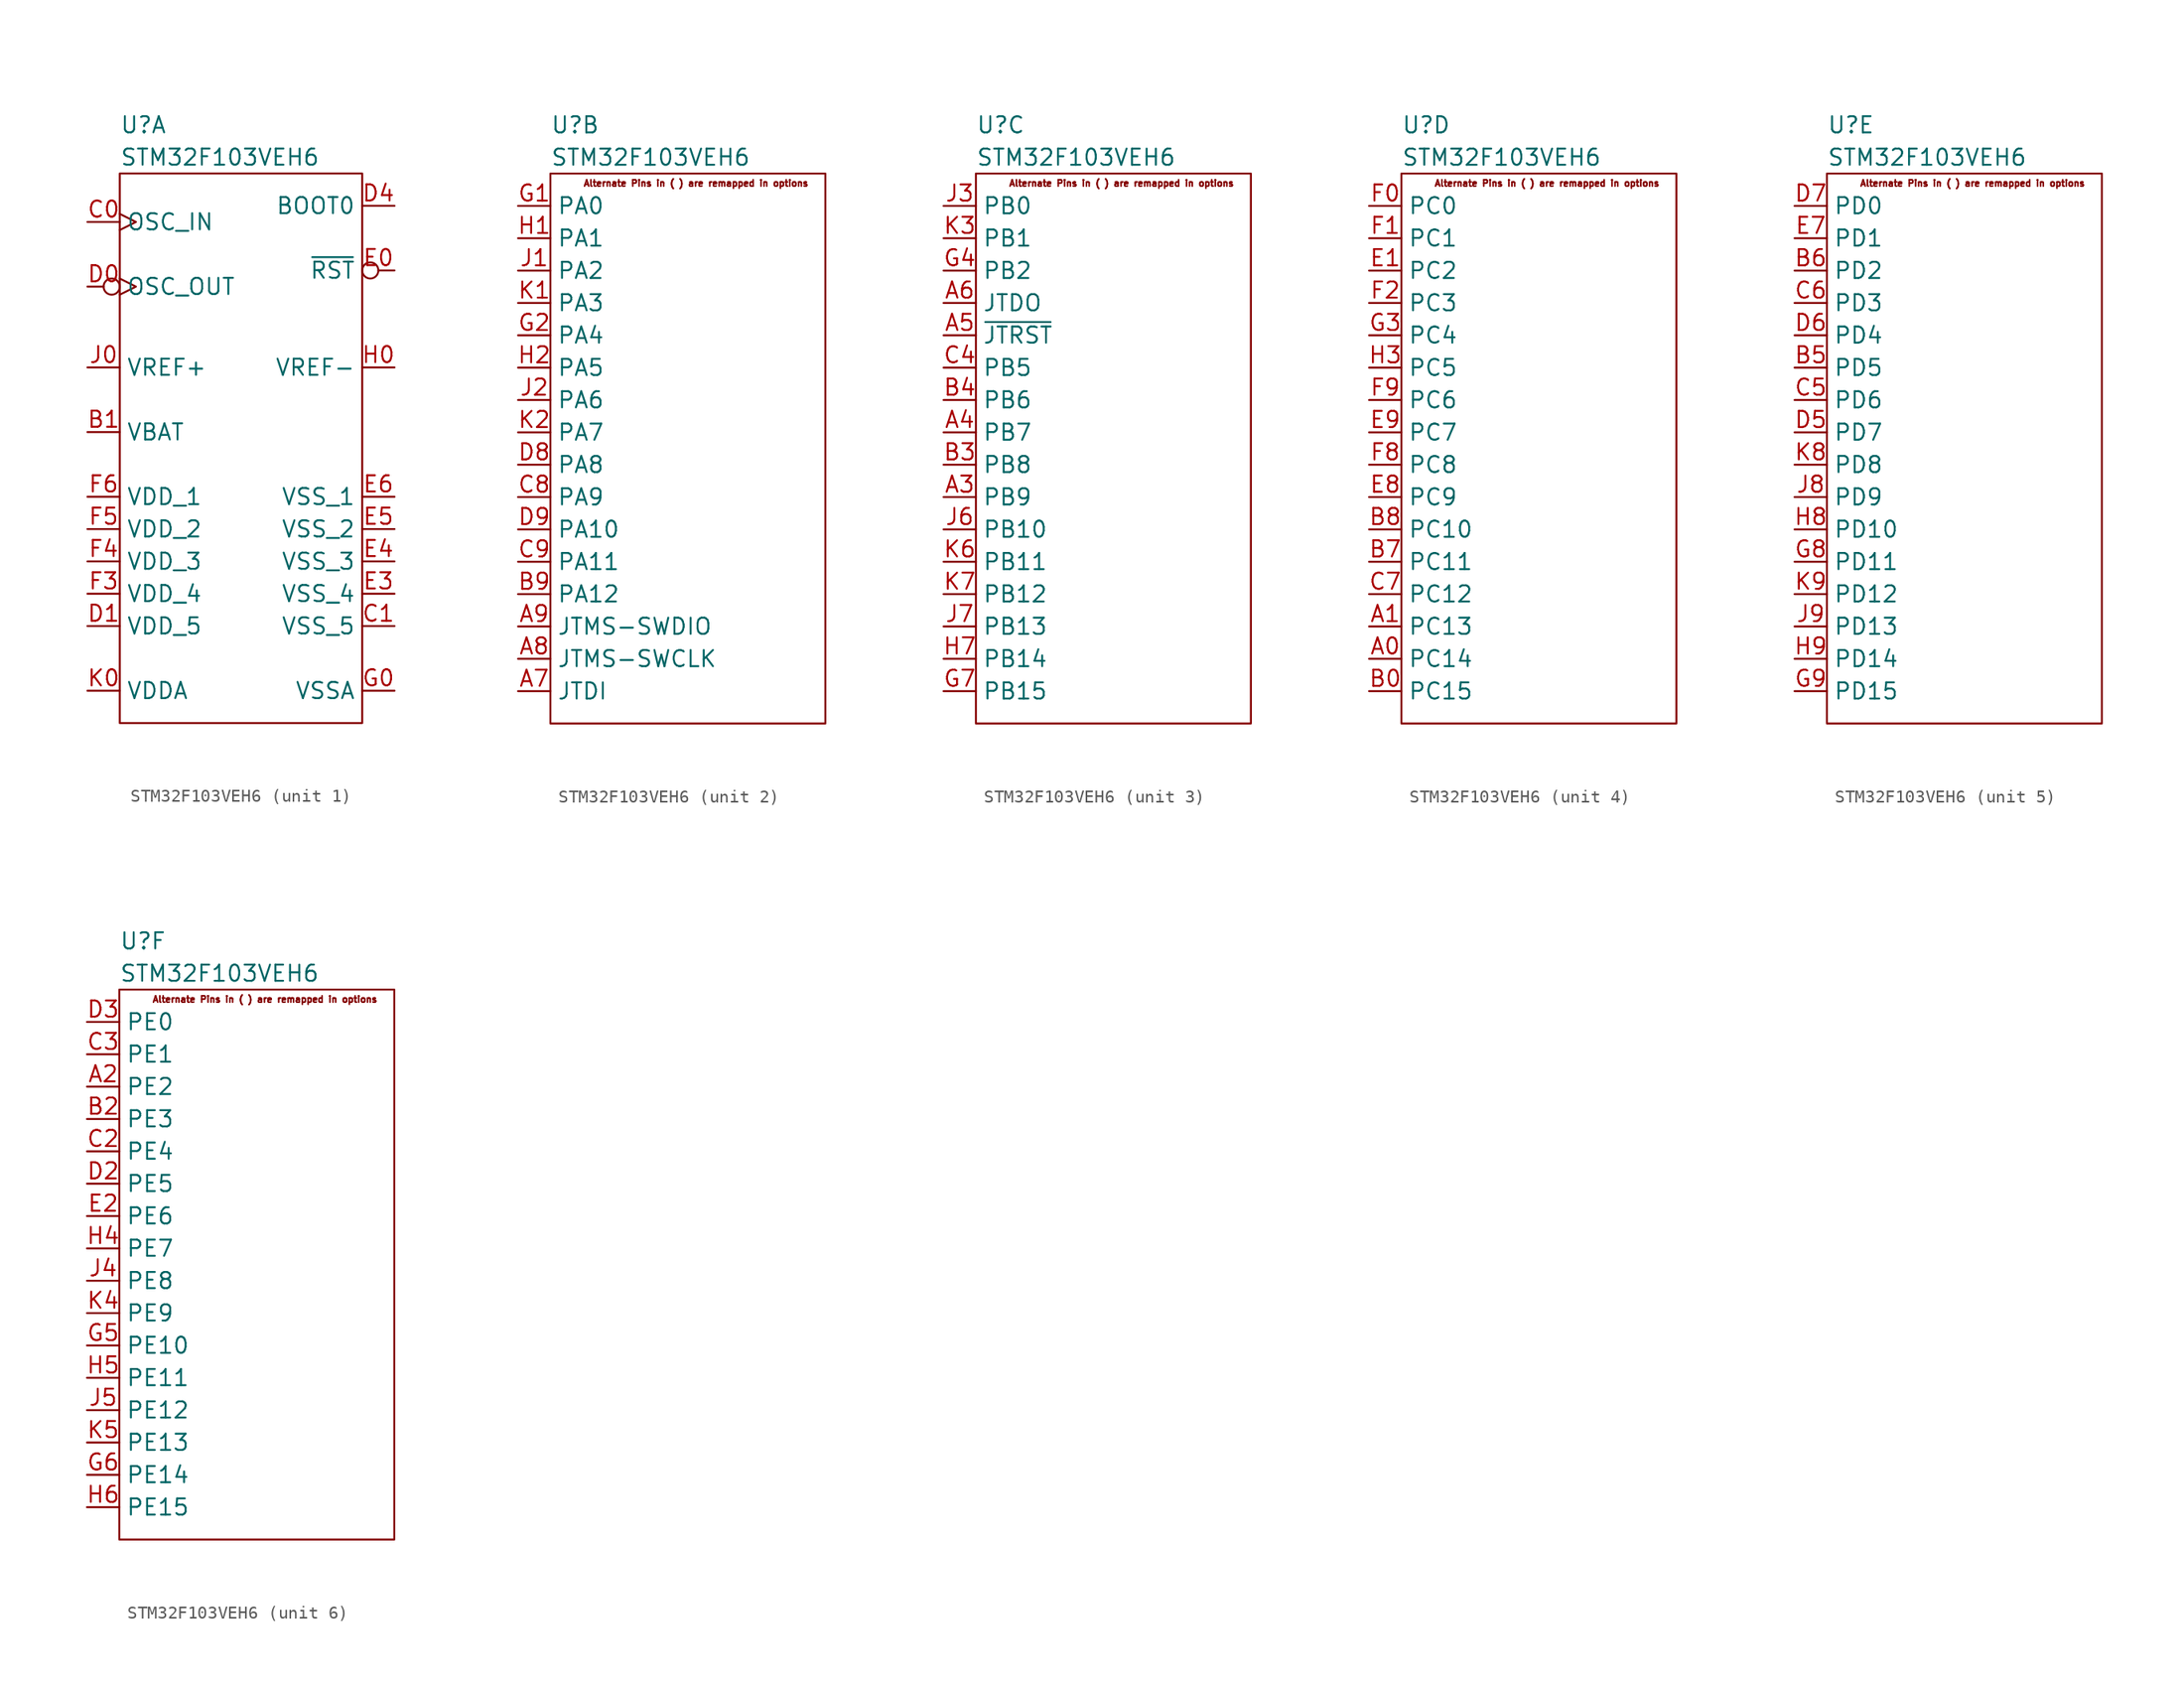
<source format=kicad_sym>
(kicad_symbol_lib
  (version 20220914)
  (generator kicad_symbol_editor)
  (symbol "STM32F103VEH6"
    (property "Reference" "U"
      (at 0 3.81 0)
      (effects (font (size 1.27 1.27)) (justify left)))
    (property "Value" "STM32F103VEH6"
      (at 0 1.27 0)
      (effects (font (size 1.27 1.27)) (justify left)))
    (symbol "STM32F103VEH6_1_0"
      (rectangle (start 0 0) (end 19.05 -43.18) (stroke (width 0) (type default)) (fill (type none)))
      (pin power_in line (at -2.54 -20.32 0) (length 2.54) (name "VBAT" (effects (font (size 1.27 1.27)))) (number "B1" (effects (font (size 1.27 1.27)))))
      (pin input clock (at -2.54 -3.81 0) (length 2.54) (name "OSC_IN" (effects (font (size 1.27 1.27)))) (number "C0" (effects (font (size 1.27 1.27)))) (alternate "(CAN_RX)" output line) (alternate "FSMC_D2" input line))
      (pin power_in line (at 21.59 -35.56 180) (length 2.54) (name "VSS_5" (effects (font (size 1.27 1.27)))) (number "C1" (effects (font (size 1.27 1.27)))))
      (pin output inverted_clock (at -2.54 -8.89 0) (length 2.54) (name "OSC_OUT" (effects (font (size 1.27 1.27)))) (number "D0" (effects (font (size 1.27 1.27)))) (alternate "(CAN_TX)" output line) (alternate "FSMC_D3" input line))
      (pin power_in line (at -2.54 -35.56 0) (length 2.54) (name "VDD_5" (effects (font (size 1.27 1.27)))) (number "D1" (effects (font (size 1.27 1.27)))))
      (pin passive line (at 21.59 -2.54 180) (length 2.54) (name "BOOT0" (effects (font (size 1.27 1.27)))) (number "D4" (effects (font (size 1.27 1.27)))))
      (pin input inverted (at 21.59 -7.62 180) (length 2.54) (name "~{RST}" (effects (font (size 1.27 1.27)))) (number "E0" (effects (font (size 1.27 1.27)))))
      (pin power_in line (at 21.59 -33.02 180) (length 2.54) (name "VSS_4" (effects (font (size 1.27 1.27)))) (number "E3" (effects (font (size 1.27 1.27)))))
      (pin power_in line (at 21.59 -30.48 180) (length 2.54) (name "VSS_3" (effects (font (size 1.27 1.27)))) (number "E4" (effects (font (size 1.27 1.27)))))
      (pin power_in line (at 21.59 -27.94 180) (length 2.54) (name "VSS_2" (effects (font (size 1.27 1.27)))) (number "E5" (effects (font (size 1.27 1.27)))))
      (pin power_in line (at 21.59 -25.4 180) (length 2.54) (name "VSS_1" (effects (font (size 1.27 1.27)))) (number "E6" (effects (font (size 1.27 1.27)))))
      (pin power_in line (at -2.54 -33.02 0) (length 2.54) (name "VDD_4" (effects (font (size 1.27 1.27)))) (number "F3" (effects (font (size 1.27 1.27)))))
      (pin power_in line (at -2.54 -30.48 0) (length 2.54) (name "VDD_3" (effects (font (size 1.27 1.27)))) (number "F4" (effects (font (size 1.27 1.27)))))
      (pin power_in line (at -2.54 -27.94 0) (length 2.54) (name "VDD_2" (effects (font (size 1.27 1.27)))) (number "F5" (effects (font (size 1.27 1.27)))))
      (pin power_in line (at -2.54 -25.4 0) (length 2.54) (name "VDD_1" (effects (font (size 1.27 1.27)))) (number "F6" (effects (font (size 1.27 1.27)))))
      (pin no_connect line (at 8.89 -41.91 90) (length 2.54) hide (name "NC" (effects (font (size 1.27 1.27)))) (number "F7" (effects (font (size 1.27 1.27)))))
      (pin power_in line (at 21.59 -40.64 180) (length 2.54) (name "VSSA" (effects (font (size 1.27 1.27)))) (number "G0" (effects (font (size 1.27 1.27)))))
      (pin power_in line (at 21.59 -15.24 180) (length 2.54) (name "VREF-" (effects (font (size 1.27 1.27)))) (number "H0" (effects (font (size 1.27 1.27)))))
      (pin power_in line (at -2.54 -15.24 0) (length 2.54) (name "VREF+" (effects (font (size 1.27 1.27)))) (number "J0" (effects (font (size 1.27 1.27)))))
      (pin power_in line (at -2.54 -40.64 0) (length 2.54) (name "VDDA" (effects (font (size 1.27 1.27)))) (number "K0" (effects (font (size 1.27 1.27))))))
    (symbol "STM32F103VEH6_2_0"
      (rectangle (start 0 0) (end 21.59 -43.18) (stroke (width 0) (type default)) (fill (type none)))
      (text "Alternate Pins in ( ) are remapped in options" (at 11.43 -0.762 0) (effects (font (size 0.5 0.5))))
      (pin bidirectional line (at -2.54 -40.64 0) (length 2.54) (name "JTDI" (effects (font (size 1.27 1.27)))) (number "A7" (effects (font (size 1.27 1.27)))) (alternate "(PA15)" bidirectional line) (alternate "(SPI1_~{SS})" bidirectional line) (alternate "(TIM2_CH1_ET)" bidirectional line) (alternate "I2S3_WS" bidirectional line) (alternate "SPI3_~{SS}" bidirectional line))
      (pin bidirectional line (at -2.54 -38.1 0) (length 2.54) (name "JTMS-SWCLK" (effects (font (size 1.27 1.27)))) (number "A8" (effects (font (size 1.27 1.27)))) (alternate "(PA14)" bidirectional line))
      (pin bidirectional line (at -2.54 -35.56 0) (length 2.54) (name "JTMS-SWDIO" (effects (font (size 1.27 1.27)))) (number "A9" (effects (font (size 1.27 1.27)))) (alternate "(PA13)" bidirectional line))
      (pin bidirectional line (at -2.54 -33.02 0) (length 2.54) (name "PA12" (effects (font (size 1.27 1.27)))) (number "B9" (effects (font (size 1.27 1.27)))) (alternate "CAN_TX" bidirectional line) (alternate "TIM1_ETR" bidirectional line) (alternate "USART1_RTS" bidirectional line) (alternate "USBD+" bidirectional line))
      (pin bidirectional line (at -2.54 -25.4 0) (length 2.54) (name "PA9" (effects (font (size 1.27 1.27)))) (number "C8" (effects (font (size 1.27 1.27)))) (alternate "TIM1_CH2" bidirectional line) (alternate "USART1_TX" bidirectional line))
      (pin bidirectional line (at -2.54 -30.48 0) (length 2.54) (name "PA11" (effects (font (size 1.27 1.27)))) (number "C9" (effects (font (size 1.27 1.27)))) (alternate "CAN_RX" bidirectional line) (alternate "TIM1_CH4" bidirectional line) (alternate "USART1_CTS" bidirectional line) (alternate "USBD-" bidirectional line))
      (pin bidirectional line (at -2.54 -22.86 0) (length 2.54) (name "PA8" (effects (font (size 1.27 1.27)))) (number "D8" (effects (font (size 1.27 1.27)))) (alternate "MCO" bidirectional line) (alternate "TIM1_CH1" bidirectional line) (alternate "USART1_CK" bidirectional line))
      (pin bidirectional line (at -2.54 -27.94 0) (length 2.54) (name "PA10" (effects (font (size 1.27 1.27)))) (number "D9" (effects (font (size 1.27 1.27)))) (alternate "TIM1_CH3" bidirectional line) (alternate "USART1_RX" bidirectional line))
      (pin bidirectional line (at -2.54 -2.54 0) (length 2.54) (name "PA0" (effects (font (size 1.27 1.27)))) (number "G1" (effects (font (size 1.27 1.27)))) (alternate "ADC_IN0" input line) (alternate "TIM2_CH1_ETR" bidirectional line) (alternate "TIM5_CH1" bidirectional line) (alternate "TIM8_ETR" bidirectional line) (alternate "USART2_CTS" bidirectional line) (alternate "WAKE-UP" input line))
      (pin bidirectional line (at -2.54 -12.7 0) (length 2.54) (name "PA4" (effects (font (size 1.27 1.27)))) (number "G2" (effects (font (size 1.27 1.27)))) (alternate "ADC_IN4" input line) (alternate "DAC_OUT2" output line) (alternate "SPI1_~{SS}" output line) (alternate "USART2_CK" output line))
      (pin bidirectional line (at -2.54 -5.08 0) (length 2.54) (name "PA1" (effects (font (size 1.27 1.27)))) (number "H1" (effects (font (size 1.27 1.27)))) (alternate "ADC_IN1" input line) (alternate "TIM2_CH2" bidirectional line) (alternate "TIM5_CH2" bidirectional line) (alternate "USART2_RTS" bidirectional line))
      (pin bidirectional line (at -2.54 -15.24 0) (length 2.54) (name "PA5" (effects (font (size 1.27 1.27)))) (number "H2" (effects (font (size 1.27 1.27)))) (alternate "ADC_IN5" input line) (alternate "DAC_OUT2" output line) (alternate "SPI1_SCK" output line))
      (pin bidirectional line (at -2.54 -7.62 0) (length 2.54) (name "PA2" (effects (font (size 1.27 1.27)))) (number "J1" (effects (font (size 1.27 1.27)))) (alternate "ADC_IN2" bidirectional line) (alternate "TIM2_CH3" bidirectional line) (alternate "TIM5_CH3" bidirectional line) (alternate "USART2_TX" bidirectional line))
      (pin bidirectional line (at -2.54 -17.78 0) (length 2.54) (name "PA6" (effects (font (size 1.27 1.27)))) (number "J2" (effects (font (size 1.27 1.27)))) (alternate "(TIM8_BKIN)" bidirectional line) (alternate "ADC_IN6" input line) (alternate "SPI1_CIPO" input line) (alternate "TIM1_BKIN" bidirectional line) (alternate "TIM3_CH1" bidirectional line))
      (pin bidirectional line (at -2.54 -10.16 0) (length 2.54) (name "PA3" (effects (font (size 1.27 1.27)))) (number "K1" (effects (font (size 1.27 1.27)))) (alternate "ADC_IN3" input line) (alternate "TIM2_CH4" bidirectional line) (alternate "TIM5_CH4" bidirectional line) (alternate "USART2_RX" output line))
      (pin bidirectional line (at -2.54 -20.32 0) (length 2.54) (name "PA7" (effects (font (size 1.27 1.27)))) (number "K2" (effects (font (size 1.27 1.27)))) (alternate "(TIM1_CH1N)" bidirectional line) (alternate "ADC_IN7" input line) (alternate "SPI1_COPI" output line) (alternate "TIM1_CH1N" bidirectional line) (alternate "TIM3_CH2" bidirectional line) (alternate "TIM8_CH1N" bidirectional line)))
    (symbol "STM32F103VEH6_3_0"
      (rectangle (start 0 0) (end 21.59 -43.18) (stroke (width 0) (type default)) (fill (type none)))
      (text "Alternate Pins in ( ) are remapped in options" (at 11.43 -0.762 0) (effects (font (size 0.5 0.5))))
      (pin bidirectional line (at -2.54 -25.4 0) (length 2.54) (name "PB9" (effects (font (size 1.27 1.27)))) (number "A3" (effects (font (size 1.27 1.27)))) (alternate "(CAN_TX)" bidirectional line) (alternate "(I2C1_SDA)" bidirectional line) (alternate "SDIO_D5" bidirectional line) (alternate "TIM4_CH4" bidirectional line))
      (pin bidirectional line (at -2.54 -20.32 0) (length 2.54) (name "PB7" (effects (font (size 1.27 1.27)))) (number "A4" (effects (font (size 1.27 1.27)))) (alternate "(USART1_RX)" bidirectional line) (alternate "FSMC_~{ADV}" bidirectional line) (alternate "I2C1_SDA" bidirectional line) (alternate "TIM4_CH2" bidirectional line))
      (pin bidirectional line (at -2.54 -12.7 0) (length 2.54) (name "~{JTRST}" (effects (font (size 1.27 1.27)))) (number "A5" (effects (font (size 1.27 1.27)))) (alternate "(PB4)" bidirectional line) (alternate "(SPI1_CIPO)" bidirectional line) (alternate "(TIM3_CH1)" bidirectional line) (alternate "SPI3_CIPO" bidirectional line))
      (pin bidirectional line (at -2.54 -10.16 0) (length 2.54) (name "JTDO" (effects (font (size 1.27 1.27)))) (number "A6" (effects (font (size 1.27 1.27)))) (alternate "(PB3)" bidirectional line) (alternate "(SPI1_SCK)" bidirectional line) (alternate "(TIM2_CH2)" bidirectional line) (alternate "(TRACES_WO)" bidirectional line) (alternate "I2S3_CK" bidirectional line) (alternate "SPI3_SCK" bidirectional line))
      (pin bidirectional line (at -2.54 -22.86 0) (length 2.54) (name "PB8" (effects (font (size 1.27 1.27)))) (number "B3" (effects (font (size 1.27 1.27)))) (alternate "(CAN_RX)" bidirectional line) (alternate "(I2C1_SCL)" bidirectional line) (alternate "SDIO_D4" bidirectional line) (alternate "TIM4_CH3" bidirectional line))
      (pin bidirectional line (at -2.54 -17.78 0) (length 2.54) (name "PB6" (effects (font (size 1.27 1.27)))) (number "B4" (effects (font (size 1.27 1.27)))) (alternate "(USART1_TX)" bidirectional line) (alternate "I2C1_SCL" bidirectional line) (alternate "TIM4_CH1" bidirectional line))
      (pin bidirectional line (at -2.54 -15.24 0) (length 2.54) (name "PB5" (effects (font (size 1.27 1.27)))) (number "C4" (effects (font (size 1.27 1.27)))) (alternate "(SPI1_COPI)" bidirectional line) (alternate "(TIM3_CH2)" bidirectional line) (alternate "I2C1_SMBA" bidirectional line) (alternate "I2S3_SD" bidirectional line) (alternate "SPI3_COPI" bidirectional line))
      (pin bidirectional line (at -2.54 -7.62 0) (length 2.54) (name "PB2" (effects (font (size 1.27 1.27)))) (number "G4" (effects (font (size 1.27 1.27)))) (alternate "BOOT1" input line))
      (pin bidirectional line (at -2.54 -40.64 0) (length 2.54) (name "PB15" (effects (font (size 1.27 1.27)))) (number "G7" (effects (font (size 1.27 1.27)))) (alternate "I2S2_SD" bidirectional line) (alternate "SPI2_COPI" bidirectional line) (alternate "TIM1_~{CH3}" bidirectional line))
      (pin bidirectional line (at -2.54 -38.1 0) (length 2.54) (name "PB14" (effects (font (size 1.27 1.27)))) (number "H7" (effects (font (size 1.27 1.27)))) (alternate "SPI2_CIPO" bidirectional line) (alternate "TIM1_~{CH2}" bidirectional line) (alternate "USART3_RTS" bidirectional line))
      (pin bidirectional line (at -2.54 -2.54 0) (length 2.54) (name "PB0" (effects (font (size 1.27 1.27)))) (number "J3" (effects (font (size 1.27 1.27)))) (alternate "(TIM1_~{CH2})" bidirectional line) (alternate "ADC_IN8" input line) (alternate "TIM2_~{CH2}" bidirectional line) (alternate "TIM3_CH3" bidirectional line) (alternate "TIM8_~{CH2}" bidirectional line))
      (pin bidirectional line (at -2.54 -27.94 0) (length 2.54) (name "PB10" (effects (font (size 1.27 1.27)))) (number "J6" (effects (font (size 1.27 1.27)))) (alternate "I2C2_SCL" bidirectional line) (alternate "TIM2_CH3" bidirectional line) (alternate "USART3_TX" bidirectional line))
      (pin bidirectional line (at -2.54 -35.56 0) (length 2.54) (name "PB13" (effects (font (size 1.27 1.27)))) (number "J7" (effects (font (size 1.27 1.27)))) (alternate "I2S2_CK" bidirectional line) (alternate "SPI2_SCK" bidirectional line) (alternate "TIM1_~{CH1}" bidirectional line) (alternate "USART3_CTS" bidirectional line))
      (pin bidirectional line (at -2.54 -5.08 0) (length 2.54) (name "PB1" (effects (font (size 1.27 1.27)))) (number "K3" (effects (font (size 1.27 1.27)))) (alternate "(TIM1_~{CH3})" bidirectional line) (alternate "ADC_IN9" input line) (alternate "TIM3_CH4" bidirectional line) (alternate "TIM8_~{CH3}" bidirectional line))
      (pin bidirectional line (at -2.54 -30.48 0) (length 2.54) (name "PB11" (effects (font (size 1.27 1.27)))) (number "K6" (effects (font (size 1.27 1.27)))) (alternate "I2C2_SDA" bidirectional line) (alternate "TIM2_CH4" bidirectional line) (alternate "USART3_RX" bidirectional line))
      (pin bidirectional line (at -2.54 -33.02 0) (length 2.54) (name "PB12" (effects (font (size 1.27 1.27)))) (number "K7" (effects (font (size 1.27 1.27)))) (alternate "I2C2_SMBA" bidirectional line) (alternate "I2S2_WS" bidirectional line) (alternate "SPI2_~{SS}" output line) (alternate "TIM1_BKIN" bidirectional line) (alternate "USART3_CK" bidirectional line)))
    (symbol "STM32F103VEH6_4_0"
      (rectangle (start 0 0) (end 21.59 -43.18) (stroke (width 0) (type default)) (fill (type none)))
      (text "Alternate Pins in ( ) are remapped in options" (at 11.43 -0.762 0) (effects (font (size 0.5 0.5))))
      (pin bidirectional line (at -2.54 -38.1 0) (length 2.54) (name "PC14" (effects (font (size 1.27 1.27)))) (number "A0" (effects (font (size 1.27 1.27)))) (alternate "OSC32_IN" input clock))
      (pin bidirectional line (at -2.54 -35.56 0) (length 2.54) (name "PC13" (effects (font (size 1.27 1.27)))) (number "A1" (effects (font (size 1.27 1.27)))) (alternate "TAMPER-RTC" input line))
      (pin bidirectional line (at -2.54 -40.64 0) (length 2.54) (name "PC15" (effects (font (size 1.27 1.27)))) (number "B0" (effects (font (size 1.27 1.27)))) (alternate "OSC32_OUT" input inverted_clock))
      (pin bidirectional line (at -2.54 -30.48 0) (length 2.54) (name "PC11" (effects (font (size 1.27 1.27)))) (number "B7" (effects (font (size 1.27 1.27)))) (alternate "(USART3_RX)" bidirectional line) (alternate "SDIO_D3" bidirectional line) (alternate "UART4_RX" bidirectional line))
      (pin bidirectional line (at -2.54 -27.94 0) (length 2.54) (name "PC10" (effects (font (size 1.27 1.27)))) (number "B8" (effects (font (size 1.27 1.27)))) (alternate "(USART3_TX)" bidirectional line) (alternate "SDIO_D2" bidirectional line) (alternate "UART4_TX" bidirectional line))
      (pin bidirectional line (at -2.54 -33.02 0) (length 2.54) (name "PC12" (effects (font (size 1.27 1.27)))) (number "C7" (effects (font (size 1.27 1.27)))) (alternate "(USART3_CK)" bidirectional line) (alternate "SDIO_CK" bidirectional line) (alternate "UART5_TX" bidirectional line))
      (pin bidirectional line (at -2.54 -7.62 0) (length 2.54) (name "PC2" (effects (font (size 1.27 1.27)))) (number "E1" (effects (font (size 1.27 1.27)))) (alternate "ADC_IN12" input line))
      (pin bidirectional line (at -2.54 -25.4 0) (length 2.54) (name "PC9" (effects (font (size 1.27 1.27)))) (number "E8" (effects (font (size 1.27 1.27)))) (alternate "(TIM3_CH4)" bidirectional line) (alternate "SDIO_D1" bidirectional line) (alternate "TIM8_CH3" bidirectional line))
      (pin bidirectional line (at -2.54 -20.32 0) (length 2.54) (name "PC7" (effects (font (size 1.27 1.27)))) (number "E9" (effects (font (size 1.27 1.27)))) (alternate "(TIM3_CH2)" bidirectional line) (alternate "I2S3_MCK" bidirectional line) (alternate "SDIO_D7" bidirectional line) (alternate "TIM8_CH2" bidirectional line))
      (pin bidirectional line (at -2.54 -2.54 0) (length 2.54) (name "PC0" (effects (font (size 1.27 1.27)))) (number "F0" (effects (font (size 1.27 1.27)))) (alternate "ADC_IN10" input line))
      (pin bidirectional line (at -2.54 -5.08 0) (length 2.54) (name "PC1" (effects (font (size 1.27 1.27)))) (number "F1" (effects (font (size 1.27 1.27)))) (alternate "ADC_IN11" input line))
      (pin bidirectional line (at -2.54 -10.16 0) (length 2.54) (name "PC3" (effects (font (size 1.27 1.27)))) (number "F2" (effects (font (size 1.27 1.27)))) (alternate "ADC_IN13" input line))
      (pin bidirectional line (at -2.54 -22.86 0) (length 2.54) (name "PC8" (effects (font (size 1.27 1.27)))) (number "F8" (effects (font (size 1.27 1.27)))) (alternate "(TIM3_CH3)" bidirectional line) (alternate "SDIO_D0" bidirectional line) (alternate "TIM8_CH3" bidirectional line))
      (pin bidirectional line (at -2.54 -17.78 0) (length 2.54) (name "PC6" (effects (font (size 1.27 1.27)))) (number "F9" (effects (font (size 1.27 1.27)))) (alternate "(TIM3_CH1)" bidirectional line) (alternate "I2S2_MCK" bidirectional line) (alternate "SDIO_D6" bidirectional line) (alternate "TIM8_CH1" bidirectional line))
      (pin bidirectional line (at -2.54 -12.7 0) (length 2.54) (name "PC4" (effects (font (size 1.27 1.27)))) (number "G3" (effects (font (size 1.27 1.27)))) (alternate "ADC_IN14" input line))
      (pin bidirectional line (at -2.54 -15.24 0) (length 2.54) (name "PC5" (effects (font (size 1.27 1.27)))) (number "H3" (effects (font (size 1.27 1.27)))) (alternate "ADC_IN15" input line)))
    (symbol "STM32F103VEH6_5_0"
      (rectangle (start 0 0) (end 21.59 -43.18) (stroke (width 0) (type default)) (fill (type none)))
      (text "Alternate Pins in ( ) are remapped in options" (at 11.43 -0.762 0) (effects (font (size 0.5 0.5))))
      (pin bidirectional line (at -2.54 -15.24 0) (length 2.54) (name "PD5" (effects (font (size 1.27 1.27)))) (number "B5" (effects (font (size 1.27 1.27)))) (alternate "(USART2_TX)" bidirectional line) (alternate "FSMC_WE" bidirectional line))
      (pin bidirectional line (at -2.54 -7.62 0) (length 2.54) (name "PD2" (effects (font (size 1.27 1.27)))) (number "B6" (effects (font (size 1.27 1.27)))) (alternate "SDIO_CMD" bidirectional line) (alternate "TIM3_ETR" bidirectional line) (alternate "UART5_RX" bidirectional line))
      (pin bidirectional line (at -2.54 -17.78 0) (length 2.54) (name "PD6" (effects (font (size 1.27 1.27)))) (number "C5" (effects (font (size 1.27 1.27)))) (alternate "(USART2_RX)" bidirectional line) (alternate "FSMC_~{WAIT}" bidirectional line))
      (pin bidirectional line (at -2.54 -10.16 0) (length 2.54) (name "PD3" (effects (font (size 1.27 1.27)))) (number "C6" (effects (font (size 1.27 1.27)))) (alternate "(USART2_CTS)" bidirectional line) (alternate "FSMC_CLK" bidirectional line))
      (pin bidirectional line (at -2.54 -20.32 0) (length 2.54) (name "PD7" (effects (font (size 1.27 1.27)))) (number "D5" (effects (font (size 1.27 1.27)))) (alternate "(USART2_CK)" bidirectional line) (alternate "FSMC_~{CE2}" bidirectional line) (alternate "FSMC_~{E1}" bidirectional line))
      (pin bidirectional line (at -2.54 -12.7 0) (length 2.54) (name "PD4" (effects (font (size 1.27 1.27)))) (number "D6" (effects (font (size 1.27 1.27)))) (alternate "(USART2_RTS)" bidirectional line) (alternate "FSMC_~{OE}" bidirectional line))
      (pin bidirectional line (at -2.54 -2.54 0) (length 2.54) (name "PD0" (effects (font (size 1.27 1.27)))) (number "D7" (effects (font (size 1.27 1.27)))))
      (pin bidirectional line (at -2.54 -5.08 0) (length 2.54) (name "PD1" (effects (font (size 1.27 1.27)))) (number "E7" (effects (font (size 1.27 1.27)))))
      (pin bidirectional line (at -2.54 -30.48 0) (length 2.54) (name "PD11" (effects (font (size 1.27 1.27)))) (number "G8" (effects (font (size 1.27 1.27)))) (alternate "(USART3_CTS)" bidirectional line) (alternate "FSMC_A16" bidirectional line))
      (pin bidirectional line (at -2.54 -40.64 0) (length 2.54) (name "PD15" (effects (font (size 1.27 1.27)))) (number "G9" (effects (font (size 1.27 1.27)))) (alternate "(TIM4_CH4)" bidirectional line) (alternate "FSMC_D1" bidirectional line))
      (pin bidirectional line (at -2.54 -27.94 0) (length 2.54) (name "PD10" (effects (font (size 1.27 1.27)))) (number "H8" (effects (font (size 1.27 1.27)))) (alternate "(USART3_CK)" bidirectional line) (alternate "FSMC_D15" bidirectional line))
      (pin bidirectional line (at -2.54 -38.1 0) (length 2.54) (name "PD14" (effects (font (size 1.27 1.27)))) (number "H9" (effects (font (size 1.27 1.27)))) (alternate "(TIM4_CH3)" bidirectional line) (alternate "FSMC_D0" bidirectional line))
      (pin bidirectional line (at -2.54 -25.4 0) (length 2.54) (name "PD9" (effects (font (size 1.27 1.27)))) (number "J8" (effects (font (size 1.27 1.27)))) (alternate "(USART3_RX)" bidirectional line) (alternate "FSMC_D14" bidirectional line))
      (pin bidirectional line (at -2.54 -35.56 0) (length 2.54) (name "PD13" (effects (font (size 1.27 1.27)))) (number "J9" (effects (font (size 1.27 1.27)))) (alternate "(TIM4_CH2)" bidirectional line) (alternate "FSMC_A18" bidirectional line))
      (pin bidirectional line (at -2.54 -22.86 0) (length 2.54) (name "PD8" (effects (font (size 1.27 1.27)))) (number "K8" (effects (font (size 1.27 1.27)))) (alternate "(USART3_TX)" bidirectional line) (alternate "FSMC_D13" bidirectional line))
      (pin bidirectional line (at -2.54 -33.02 0) (length 2.54) (name "PD12" (effects (font (size 1.27 1.27)))) (number "K9" (effects (font (size 1.27 1.27)))) (alternate "(TIM4_CH1)" bidirectional line) (alternate "(USART3_RTS)" bidirectional line) (alternate "FSMC_A17" bidirectional line)))
    (symbol "STM32F103VEH6_6_0"
      (rectangle (start 0 0) (end 21.59 -43.18) (stroke (width 0) (type default)) (fill (type none)))
      (text "Alternate Pins in ( ) are remapped in options" (at 11.43 -0.762 0) (effects (font (size 0.5 0.5))))
      (pin bidirectional line (at -2.54 -7.62 0) (length 2.54) (name "PE2" (effects (font (size 1.27 1.27)))) (number "A2" (effects (font (size 1.27 1.27)))) (alternate "FSMC_A23" output line) (alternate "TRACE_CK" output line))
      (pin bidirectional line (at -2.54 -10.16 0) (length 2.54) (name "PE3" (effects (font (size 1.27 1.27)))) (number "B2" (effects (font (size 1.27 1.27)))) (alternate "FSMC_A19" output line) (alternate "TRACE_D0" output line))
      (pin bidirectional line (at -2.54 -12.7 0) (length 2.54) (name "PE4" (effects (font (size 1.27 1.27)))) (number "C2" (effects (font (size 1.27 1.27)))) (alternate "FSMC_A20" output line) (alternate "TRACE_D1" output line))
      (pin bidirectional line (at -2.54 -5.08 0) (length 2.54) (name "PE1" (effects (font (size 1.27 1.27)))) (number "C3" (effects (font (size 1.27 1.27)))) (alternate "FSMC_~{BL1}" output line))
      (pin bidirectional line (at -2.54 -15.24 0) (length 2.54) (name "PE5" (effects (font (size 1.27 1.27)))) (number "D2" (effects (font (size 1.27 1.27)))) (alternate "FSMC_A21" output line) (alternate "TRACE_D2" output line))
      (pin bidirectional line (at -2.54 -2.54 0) (length 2.54) (name "PE0" (effects (font (size 1.27 1.27)))) (number "D3" (effects (font (size 1.27 1.27)))) (alternate "FSMC_~{BL0}" output line) (alternate "TIM4_ETR" bidirectional line))
      (pin bidirectional line (at -2.54 -17.78 0) (length 2.54) (name "PE6" (effects (font (size 1.27 1.27)))) (number "E2" (effects (font (size 1.27 1.27)))) (alternate "FSMC_A22" output line) (alternate "TRACE_D3" output line))
      (pin bidirectional line (at -2.54 -27.94 0) (length 2.54) (name "PE10" (effects (font (size 1.27 1.27)))) (number "G5" (effects (font (size 1.27 1.27)))) (alternate "(TIM1_~{CH2})" bidirectional line) (alternate "FSMC_D7" input line))
      (pin bidirectional line (at -2.54 -38.1 0) (length 2.54) (name "PE14" (effects (font (size 1.27 1.27)))) (number "G6" (effects (font (size 1.27 1.27)))) (alternate "(TIM1_CH4)" bidirectional line) (alternate "FSMC_D11" input line))
      (pin bidirectional line (at -2.54 -20.32 0) (length 2.54) (name "PE7" (effects (font (size 1.27 1.27)))) (number "H4" (effects (font (size 1.27 1.27)))) (alternate "(TIM1_ETR)" bidirectional line) (alternate "FSMC_D4" input line))
      (pin bidirectional line (at -2.54 -30.48 0) (length 2.54) (name "PE11" (effects (font (size 1.27 1.27)))) (number "H5" (effects (font (size 1.27 1.27)))) (alternate "(TIM1_CH2)" bidirectional line) (alternate "FSMC_D8" input line))
      (pin bidirectional line (at -2.54 -40.64 0) (length 2.54) (name "PE15" (effects (font (size 1.27 1.27)))) (number "H6" (effects (font (size 1.27 1.27)))) (alternate "(TIM1_BKIN)" bidirectional line) (alternate "FSMC_D12" input line))
      (pin bidirectional line (at -2.54 -22.86 0) (length 2.54) (name "PE8" (effects (font (size 1.27 1.27)))) (number "J4" (effects (font (size 1.27 1.27)))) (alternate "(TIM1_~{CH1})" bidirectional line) (alternate "FSMC_D5" input line))
      (pin bidirectional line (at -2.54 -33.02 0) (length 2.54) (name "PE12" (effects (font (size 1.27 1.27)))) (number "J5" (effects (font (size 1.27 1.27)))) (alternate "(TIM1_~{CH3})" bidirectional line) (alternate "FSMC_D9" input line))
      (pin bidirectional line (at -2.54 -25.4 0) (length 2.54) (name "PE9" (effects (font (size 1.27 1.27)))) (number "K4" (effects (font (size 1.27 1.27)))) (alternate "(TIM1_CH1)" bidirectional line) (alternate "FSMC_D6" input line))
      (pin bidirectional line (at -2.54 -35.56 0) (length 2.54) (name "PE13" (effects (font (size 1.27 1.27)))) (number "K5" (effects (font (size 1.27 1.27)))) (alternate "(TIM1_CH3)" bidirectional line) (alternate "FSMC_D10" input line)))))
</source>
